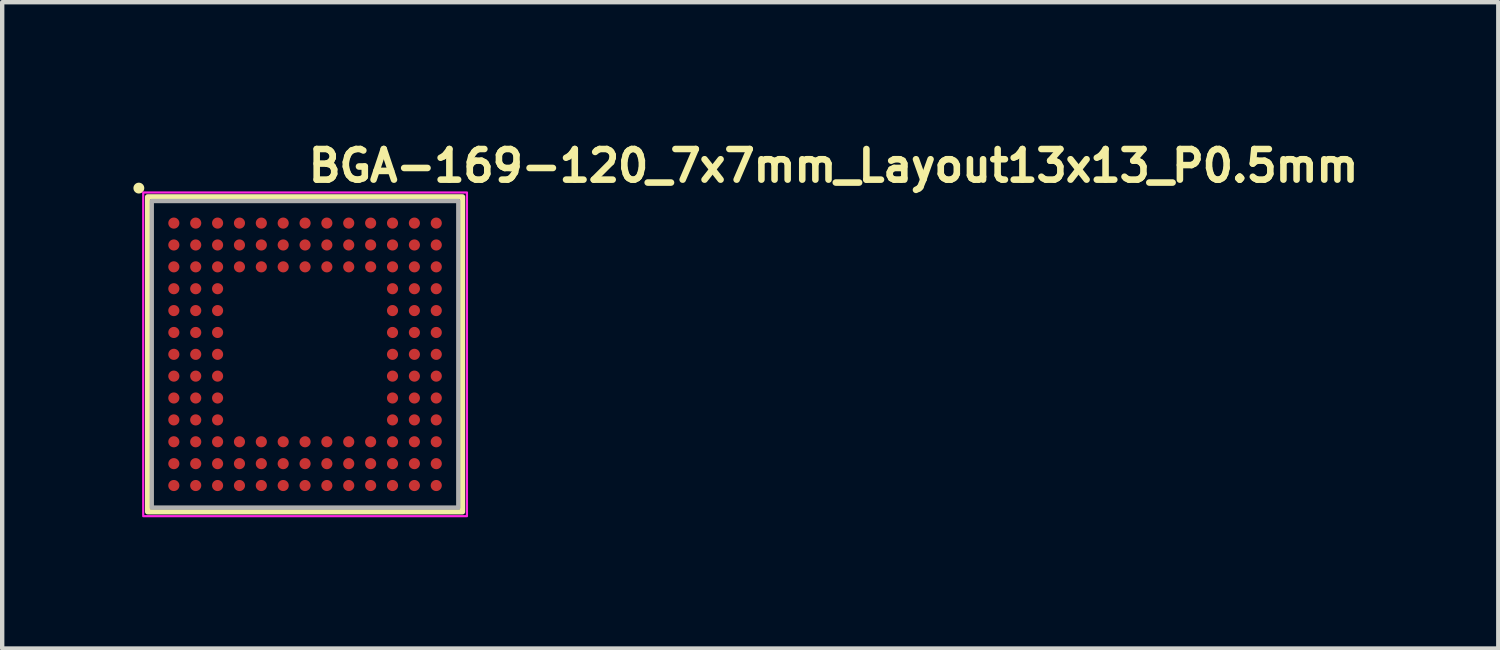
<source format=kicad_pcb>
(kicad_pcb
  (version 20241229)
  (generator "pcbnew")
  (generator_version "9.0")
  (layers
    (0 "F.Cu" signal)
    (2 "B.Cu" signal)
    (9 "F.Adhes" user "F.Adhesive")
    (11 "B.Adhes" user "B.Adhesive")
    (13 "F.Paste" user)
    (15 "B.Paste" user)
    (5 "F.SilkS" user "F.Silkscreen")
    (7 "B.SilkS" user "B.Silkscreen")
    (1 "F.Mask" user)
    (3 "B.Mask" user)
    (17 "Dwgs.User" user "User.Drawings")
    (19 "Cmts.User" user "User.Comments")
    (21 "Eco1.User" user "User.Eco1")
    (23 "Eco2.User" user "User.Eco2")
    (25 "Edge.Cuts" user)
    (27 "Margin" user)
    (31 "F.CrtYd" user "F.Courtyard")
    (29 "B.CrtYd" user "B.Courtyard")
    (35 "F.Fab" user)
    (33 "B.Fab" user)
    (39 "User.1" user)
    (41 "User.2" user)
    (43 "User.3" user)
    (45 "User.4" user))
  (footprint "BGA-169-120_7x7mm_Layout13x13_P0.5mm"
    (layer "F.Cu")
    (at 3.924 5.05)
    (property "Reference" "BGA-169-120_7x7mm_Layout13x13_P0.5mm" (at 0 -3.9 0) (unlocked yes) (layer "F.SilkS") (effects (font (size 0.7 0.7) (thickness 0.15)) (justify left bottom)))
    (attr smd)
    (fp_rect (start -3.6 -3.6) (end 3.6 3.6) (stroke (width 0.12) (type solid)) (fill no) (layer "F.SilkS"))
    (fp_circle (center -3.8 -3.8) (end -3.751 -3.8) (stroke (width 0.15) (type solid)) (fill yes) (layer "F.SilkS"))
    (fp_rect (start -3.7 -3.7) (end 3.7 3.7) (stroke (width 0.05) (type solid)) (fill no) (layer "F.CrtYd"))
    (fp_rect (start -3.505 -3.505) (end 3.503 3.503) (stroke (width 0.1) (type solid)) (fill no) (layer "F.Fab"))
    (fp_rect (start -3.505 -3.505) (end 3.503 3.503) (stroke (width 0.1) (type solid)) (fill no) (layer "User.5"))
    (fp_line (start -3.505 -3.505) (end -3.505 3.503) (stroke (width 0.02) (type solid)) (layer "User.9"))
    (fp_line (start -3.505 3.503) (end 3.503 3.503) (stroke (width 0.02) (type solid)) (layer "User.9"))
    (fp_line (start -2.98 -2.823) (end -2.98 -2.814) (stroke (width 0.02) (type solid)) (layer "User.9"))
    (fp_line (start -2.98 -2.814) (end -2.98 -2.805) (stroke (width 0.02) (type solid)) (layer "User.9"))
    (fp_line (start -2.98 -2.805) (end -2.98 -2.805) (stroke (width 0.02) (type solid)) (layer "User.9"))
    (fp_line (start -2.98 -2.805) (end -2.98 -2.795) (stroke (width 0.02) (type solid)) (layer "User.9"))
    (fp_line (start -2.98 -2.795) (end -2.98 -2.787) (stroke (width 0.02) (type solid)) (layer "User.9"))
    (fp_line (start -2.98 -2.787) (end -2.979 -2.778) (stroke (width 0.02) (type solid)) (layer "User.9"))
    (fp_line (start -2.979 -2.831) (end -2.98 -2.823) (stroke (width 0.02) (type solid)) (layer "User.9"))
    (fp_line (start -2.979 -2.778) (end -2.976 -2.77) (stroke (width 0.02) (type solid)) (layer "User.9"))
    (fp_line (start -2.976 -2.84) (end -2.979 -2.831) (stroke (width 0.02) (type solid)) (layer "User.9"))
    (fp_line (start -2.976 -2.77) (end -2.975 -2.762) (stroke (width 0.02) (type solid)) (layer "User.9"))
    (fp_line (start -2.975 -2.848) (end -2.976 -2.84) (stroke (width 0.02) (type solid)) (layer "User.9"))
    (fp_line (start -2.975 -2.762) (end -2.972 -2.753) (stroke (width 0.02) (type solid)) (layer "User.9"))
    (fp_line (start -2.972 -2.858) (end -2.975 -2.848) (stroke (width 0.02) (type solid)) (layer "User.9"))
    (fp_line (start -2.972 -2.753) (end -2.969 -2.745) (stroke (width 0.02) (type solid)) (layer "User.9"))
    (fp_line (start -2.969 -2.866) (end -2.972 -2.858) (stroke (width 0.02) (type solid)) (layer "User.9"))
    (fp_line (start -2.969 -2.745) (end -2.967 -2.737) (stroke (width 0.02) (type solid)) (layer "User.9"))
    (fp_line (start -2.967 -2.874) (end -2.969 -2.866) (stroke (width 0.02) (type solid)) (layer "User.9"))
    (fp_line (start -2.967 -2.737) (end -2.963 -2.73) (stroke (width 0.02) (type solid)) (layer "User.9"))
    (fp_line (start -2.963 -2.88) (end -2.967 -2.874) (stroke (width 0.02) (type solid)) (layer "User.9"))
    (fp_line (start -2.963 -2.73) (end -2.96 -2.722) (stroke (width 0.02) (type solid)) (layer "User.9"))
    (fp_line (start -2.96 -2.888) (end -2.963 -2.88) (stroke (width 0.02) (type solid)) (layer "User.9"))
    (fp_line (start -2.96 -2.722) (end -2.955 -2.714) (stroke (width 0.02) (type solid)) (layer "User.9"))
    (fp_line (start -2.955 -2.895) (end -2.96 -2.888) (stroke (width 0.02) (type solid)) (layer "User.9"))
    (fp_line (start -2.955 -2.714) (end -2.951 -2.707) (stroke (width 0.02) (type solid)) (layer "User.9"))
    (fp_line (start -2.951 -2.903) (end -2.955 -2.895) (stroke (width 0.02) (type solid)) (layer "User.9"))
    (fp_line (start -2.951 -2.707) (end -2.945 -2.701) (stroke (width 0.02) (type solid)) (layer "User.9"))
    (fp_line (start -2.945 -2.91) (end -2.951 -2.903) (stroke (width 0.02) (type solid)) (layer "User.9"))
    (fp_line (start -2.945 -2.701) (end -2.94 -2.694) (stroke (width 0.02) (type solid)) (layer "User.9"))
    (fp_line (start -2.94 -2.916) (end -2.945 -2.91) (stroke (width 0.02) (type solid)) (layer "User.9"))
    (fp_line (start -2.94 -2.694) (end -2.935 -2.688) (stroke (width 0.02) (type solid)) (layer "User.9"))
    (fp_line (start -2.935 -2.923) (end -2.94 -2.916) (stroke (width 0.02) (type solid)) (layer "User.9"))
    (fp_line (start -2.935 -2.688) (end -2.928 -2.681) (stroke (width 0.02) (type solid)) (layer "User.9"))
    (fp_line (start -2.928 -2.928) (end -2.935 -2.923) (stroke (width 0.02) (type solid)) (layer "User.9"))
    (fp_line (start -2.928 -2.681) (end -2.923 -2.676) (stroke (width 0.02) (type solid)) (layer "User.9"))
    (fp_line (start -2.923 -2.935) (end -2.928 -2.928) (stroke (width 0.02) (type solid)) (layer "User.9"))
    (fp_line (start -2.923 -2.676) (end -2.916 -2.669) (stroke (width 0.02) (type solid)) (layer "User.9"))
    (fp_line (start -2.916 -2.94) (end -2.923 -2.935) (stroke (width 0.02) (type solid)) (layer "User.9"))
    (fp_line (start -2.916 -2.669) (end -2.91 -2.665) (stroke (width 0.02) (type solid)) (layer "User.9"))
    (fp_line (start -2.91 -2.945) (end -2.916 -2.94) (stroke (width 0.02) (type solid)) (layer "User.9"))
    (fp_line (start -2.91 -2.665) (end -2.903 -2.66) (stroke (width 0.02) (type solid)) (layer "User.9"))
    (fp_line (start -2.903 -2.951) (end -2.91 -2.945) (stroke (width 0.02) (type solid)) (layer "User.9"))
    (fp_line (start -2.903 -2.66) (end -2.895 -2.656) (stroke (width 0.02) (type solid)) (layer "User.9"))
    (fp_line (start -2.895 -2.955) (end -2.903 -2.951) (stroke (width 0.02) (type solid)) (layer "User.9"))
    (fp_line (start -2.895 -2.656) (end -2.888 -2.65) (stroke (width 0.02) (type solid)) (layer "User.9"))
    (fp_line (start -2.888 -2.96) (end -2.895 -2.955) (stroke (width 0.02) (type solid)) (layer "User.9"))
    (fp_line (start -2.888 -2.65) (end -2.88 -2.648) (stroke (width 0.02) (type solid)) (layer "User.9"))
    (fp_line (start -2.88 -2.963) (end -2.888 -2.96) (stroke (width 0.02) (type solid)) (layer "User.9"))
    (fp_line (start -2.88 -2.648) (end -2.874 -2.644) (stroke (width 0.02) (type solid)) (layer "User.9"))
    (fp_line (start -2.874 -2.967) (end -2.88 -2.963) (stroke (width 0.02) (type solid)) (layer "User.9"))
    (fp_line (start -2.874 -2.644) (end -2.866 -2.641) (stroke (width 0.02) (type solid)) (layer "User.9"))
    (fp_line (start -2.866 -2.969) (end -2.874 -2.967) (stroke (width 0.02) (type solid)) (layer "User.9"))
    (fp_line (start -2.866 -2.641) (end -2.858 -2.637) (stroke (width 0.02) (type solid)) (layer "User.9"))
    (fp_line (start -2.858 -2.972) (end -2.866 -2.969) (stroke (width 0.02) (type solid)) (layer "User.9"))
    (fp_line (start -2.858 -2.637) (end -2.848 -2.636) (stroke (width 0.02) (type solid)) (layer "User.9"))
    (fp_line (start -2.848 -2.975) (end -2.858 -2.972) (stroke (width 0.02) (type solid)) (layer "User.9"))
    (fp_line (start -2.848 -2.636) (end -2.84 -2.633) (stroke (width 0.02) (type solid)) (layer "User.9"))
    (fp_line (start -2.84 -2.976) (end -2.848 -2.975) (stroke (width 0.02) (type solid)) (layer "User.9"))
    (fp_line (start -2.84 -2.633) (end -2.831 -2.632) (stroke (width 0.02) (type solid)) (layer "User.9"))
    (fp_line (start -2.831 -2.979) (end -2.84 -2.976) (stroke (width 0.02) (type solid)) (layer "User.9"))
    (fp_line (start -2.831 -2.632) (end -2.823 -2.63) (stroke (width 0.02) (type solid)) (layer "User.9"))
    (fp_line (start -2.823 -2.98) (end -2.831 -2.979) (stroke (width 0.02) (type solid)) (layer "User.9"))
    (fp_line (start -2.823 -2.63) (end -2.814 -2.629) (stroke (width 0.02) (type solid)) (layer "User.9"))
    (fp_line (start -2.814 -2.98) (end -2.823 -2.98) (stroke (width 0.02) (type solid)) (layer "User.9"))
    (fp_line (start -2.814 -2.629) (end -2.805 -2.629) (stroke (width 0.02) (type solid)) (layer "User.9"))
    (fp_line (start -2.805 -2.98) (end -2.814 -2.98) (stroke (width 0.02) (type solid)) (layer "User.9"))
    (fp_line (start -2.805 -2.98) (end -2.805 -2.98) (stroke (width 0.02) (type solid)) (layer "User.9"))
    (fp_line (start -2.805 -2.629) (end -2.805 -2.629) (stroke (width 0.02) (type solid)) (layer "User.9"))
    (fp_line (start -2.805 -2.629) (end -2.795 -2.629) (stroke (width 0.02) (type solid)) (layer "User.9"))
    (fp_line (start -2.795 -2.98) (end -2.805 -2.98) (stroke (width 0.02) (type solid)) (layer "User.9"))
    (fp_line (start -2.795 -2.629) (end -2.787 -2.63) (stroke (width 0.02) (type solid)) (layer "User.9"))
    (fp_line (start -2.787 -2.98) (end -2.795 -2.98) (stroke (width 0.02) (type solid)) (layer "User.9"))
    (fp_line (start -2.787 -2.63) (end -2.778 -2.632) (stroke (width 0.02) (type solid)) (layer "User.9"))
    (fp_line (start -2.778 -2.979) (end -2.787 -2.98) (stroke (width 0.02) (type solid)) (layer "User.9"))
    (fp_line (start -2.778 -2.632) (end -2.77 -2.633) (stroke (width 0.02) (type solid)) (layer "User.9"))
    (fp_line (start -2.77 -2.976) (end -2.778 -2.979) (stroke (width 0.02) (type solid)) (layer "User.9"))
    (fp_line (start -2.77 -2.633) (end -2.762 -2.636) (stroke (width 0.02) (type solid)) (layer "User.9"))
    (fp_line (start -2.762 -2.975) (end -2.77 -2.976) (stroke (width 0.02) (type solid)) (layer "User.9"))
    (fp_line (start -2.762 -2.636) (end -2.753 -2.637) (stroke (width 0.02) (type solid)) (layer "User.9"))
    (fp_line (start -2.753 -2.972) (end -2.762 -2.975) (stroke (width 0.02) (type solid)) (layer "User.9"))
    (fp_line (start -2.753 -2.637) (end -2.745 -2.641) (stroke (width 0.02) (type solid)) (layer "User.9"))
    (fp_line (start -2.745 -2.969) (end -2.753 -2.972) (stroke (width 0.02) (type solid)) (layer "User.9"))
    (fp_line (start -2.745 -2.641) (end -2.737 -2.644) (stroke (width 0.02) (type solid)) (layer "User.9"))
    (fp_line (start -2.737 -2.967) (end -2.745 -2.969) (stroke (width 0.02) (type solid)) (layer "User.9"))
    (fp_line (start -2.737 -2.644) (end -2.73 -2.648) (stroke (width 0.02) (type solid)) (layer "User.9"))
    (fp_line (start -2.73 -2.963) (end -2.737 -2.967) (stroke (width 0.02) (type solid)) (layer "User.9"))
    (fp_line (start -2.73 -2.648) (end -2.722 -2.65) (stroke (width 0.02) (type solid)) (layer "User.9"))
    (fp_line (start -2.722 -2.96) (end -2.73 -2.963) (stroke (width 0.02) (type solid)) (layer "User.9"))
    (fp_line (start -2.722 -2.65) (end -2.714 -2.656) (stroke (width 0.02) (type solid)) (layer "User.9"))
    (fp_line (start -2.714 -2.955) (end -2.722 -2.96) (stroke (width 0.02) (type solid)) (layer "User.9"))
    (fp_line (start -2.714 -2.656) (end -2.707 -2.66) (stroke (width 0.02) (type solid)) (layer "User.9"))
    (fp_line (start -2.707 -2.951) (end -2.714 -2.955) (stroke (width 0.02) (type solid)) (layer "User.9"))
    (fp_line (start -2.707 -2.66) (end -2.701 -2.665) (stroke (width 0.02) (type solid)) (layer "User.9"))
    (fp_line (start -2.701 -2.945) (end -2.707 -2.951) (stroke (width 0.02) (type solid)) (layer "User.9"))
    (fp_line (start -2.701 -2.665) (end -2.694 -2.669) (stroke (width 0.02) (type solid)) (layer "User.9"))
    (fp_line (start -2.694 -2.94) (end -2.701 -2.945) (stroke (width 0.02) (type solid)) (layer "User.9"))
    (fp_line (start -2.694 -2.669) (end -2.688 -2.676) (stroke (width 0.02) (type solid)) (layer "User.9"))
    (fp_line (start -2.688 -2.935) (end -2.694 -2.94) (stroke (width 0.02) (type solid)) (layer "User.9"))
    (fp_line (start -2.688 -2.676) (end -2.681 -2.681) (stroke (width 0.02) (type solid)) (layer "User.9"))
    (fp_line (start -2.681 -2.928) (end -2.688 -2.935) (stroke (width 0.02) (type solid)) (layer "User.9"))
    (fp_line (start -2.681 -2.681) (end -2.676 -2.688) (stroke (width 0.02) (type solid)) (layer "User.9"))
    (fp_line (start -2.676 -2.923) (end -2.681 -2.928) (stroke (width 0.02) (type solid)) (layer "User.9"))
    (fp_line (start -2.676 -2.688) (end -2.669 -2.694) (stroke (width 0.02) (type solid)) (layer "User.9"))
    (fp_line (start -2.669 -2.916) (end -2.676 -2.923) (stroke (width 0.02) (type solid)) (layer "User.9"))
    (fp_line (start -2.669 -2.694) (end -2.665 -2.701) (stroke (width 0.02) (type solid)) (layer "User.9"))
    (fp_line (start -2.665 -2.91) (end -2.669 -2.916) (stroke (width 0.02) (type solid)) (layer "User.9"))
    (fp_line (start -2.665 -2.701) (end -2.66 -2.707) (stroke (width 0.02) (type solid)) (layer "User.9"))
    (fp_line (start -2.66 -2.903) (end -2.665 -2.91) (stroke (width 0.02) (type solid)) (layer "User.9"))
    (fp_line (start -2.66 -2.707) (end -2.656 -2.714) (stroke (width 0.02) (type solid)) (layer "User.9"))
    (fp_line (start -2.656 -2.895) (end -2.66 -2.903) (stroke (width 0.02) (type solid)) (layer "User.9"))
    (fp_line (start -2.656 -2.714) (end -2.65 -2.722) (stroke (width 0.02) (type solid)) (layer "User.9"))
    (fp_line (start -2.65 -2.888) (end -2.656 -2.895) (stroke (width 0.02) (type solid)) (layer "User.9"))
    (fp_line (start -2.65 -2.722) (end -2.648 -2.73) (stroke (width 0.02) (type solid)) (layer "User.9"))
    (fp_line (start -2.648 -2.88) (end -2.65 -2.888) (stroke (width 0.02) (type solid)) (layer "User.9"))
    (fp_line (start -2.648 -2.73) (end -2.644 -2.737) (stroke (width 0.02) (type solid)) (layer "User.9"))
    (fp_line (start -2.644 -2.874) (end -2.648 -2.88) (stroke (width 0.02) (type solid)) (layer "User.9"))
    (fp_line (start -2.644 -2.737) (end -2.641 -2.745) (stroke (width 0.02) (type solid)) (layer "User.9"))
    (fp_line (start -2.641 -2.866) (end -2.644 -2.874) (stroke (width 0.02) (type solid)) (layer "User.9"))
    (fp_line (start -2.641 -2.745) (end -2.637 -2.753) (stroke (width 0.02) (type solid)) (layer "User.9"))
    (fp_line (start -2.637 -2.858) (end -2.641 -2.866) (stroke (width 0.02) (type solid)) (layer "User.9"))
    (fp_line (start -2.637 -2.753) (end -2.636 -2.762) (stroke (width 0.02) (type solid)) (layer "User.9"))
    (fp_line (start -2.636 -2.848) (end -2.637 -2.858) (stroke (width 0.02) (type solid)) (layer "User.9"))
    (fp_line (start -2.636 -2.762) (end -2.633 -2.77) (stroke (width 0.02) (type solid)) (layer "User.9"))
    (fp_line (start -2.633 -2.84) (end -2.636 -2.848) (stroke (width 0.02) (type solid)) (layer "User.9"))
    (fp_line (start -2.633 -2.77) (end -2.632 -2.778) (stroke (width 0.02) (type solid)) (layer "User.9"))
    (fp_line (start -2.632 -2.831) (end -2.633 -2.84) (stroke (width 0.02) (type solid)) (layer "User.9"))
    (fp_line (start -2.632 -2.778) (end -2.63 -2.787) (stroke (width 0.02) (type solid)) (layer "User.9"))
    (fp_line (start -2.63 -2.823) (end -2.632 -2.831) (stroke (width 0.02) (type solid)) (layer "User.9"))
    (fp_line (start -2.63 -2.787) (end -2.629 -2.795) (stroke (width 0.02) (type solid)) (layer "User.9"))
    (fp_line (start -2.629 -2.814) (end -2.63 -2.823) (stroke (width 0.02) (type solid)) (layer "User.9"))
    (fp_line (start -2.629 -2.805) (end -2.629 -2.814) (stroke (width 0.02) (type solid)) (layer "User.9"))
    (fp_line (start -2.629 -2.805) (end -2.629 -2.805) (stroke (width 0.02) (type solid)) (layer "User.9"))
    (fp_line (start -2.629 -2.805) (end -2.629 -2.805) (stroke (width 0.02) (type solid)) (layer "User.9"))
    (fp_line (start -2.629 -2.795) (end -2.629 -2.805) (stroke (width 0.02) (type solid)) (layer "User.9"))
    (fp_line (start 3.503 -3.505) (end -3.505 -3.505) (stroke (width 0.02) (type solid)) (layer "User.9"))
    (fp_line (start 3.503 3.503) (end 3.503 -3.505) (stroke (width 0.02) (type solid)) (layer "User.9"))
    (pad "A1" smd circle (at -3 -3) (size 0.254 0.254) (layers "F.Cu" "F.Mask" "F.Paste"))
    (pad "A2" smd circle (at -2.5 -3) (size 0.254 0.254) (layers "F.Cu" "F.Mask" "F.Paste"))
    (pad "A3" smd circle (at -2 -3) (size 0.254 0.254) (layers "F.Cu" "F.Mask" "F.Paste"))
    (pad "A4" smd circle (at -1.5 -3) (size 0.254 0.254) (layers "F.Cu" "F.Mask" "F.Paste"))
    (pad "A5" smd circle (at -1 -3) (size 0.254 0.254) (layers "F.Cu" "F.Mask" "F.Paste"))
    (pad "A6" smd circle (at -0.5 -3) (size 0.254 0.254) (layers "F.Cu" "F.Mask" "F.Paste"))
    (pad "A7" smd circle (at 0 -3) (size 0.254 0.254) (layers "F.Cu" "F.Mask" "F.Paste"))
    (pad "A8" smd circle (at 0.498 -3) (size 0.254 0.254) (layers "F.Cu" "F.Mask" "F.Paste"))
    (pad "A9" smd circle (at 0.998 -3) (size 0.254 0.254) (layers "F.Cu" "F.Mask" "F.Paste"))
    (pad "A10" smd circle (at 1.499 -3) (size 0.254 0.254) (layers "F.Cu" "F.Mask" "F.Paste"))
    (pad "A11" smd circle (at 1.999 -3) (size 0.254 0.254) (layers "F.Cu" "F.Mask" "F.Paste"))
    (pad "A12" smd circle (at 2.499 -3) (size 0.254 0.254) (layers "F.Cu" "F.Mask" "F.Paste"))
    (pad "A13" smd circle (at 2.999 -3) (size 0.254 0.254) (layers "F.Cu" "F.Mask" "F.Paste"))
    (pad "B1" smd circle (at -3 -2.5) (size 0.254 0.254) (layers "F.Cu" "F.Mask" "F.Paste"))
    (pad "B2" smd circle (at -2.5 -2.5) (size 0.254 0.254) (layers "F.Cu" "F.Mask" "F.Paste"))
    (pad "B3" smd circle (at -2 -2.5) (size 0.254 0.254) (layers "F.Cu" "F.Mask" "F.Paste"))
    (pad "B4" smd circle (at -1.5 -2.5) (size 0.254 0.254) (layers "F.Cu" "F.Mask" "F.Paste"))
    (pad "B5" smd circle (at -1 -2.5) (size 0.254 0.254) (layers "F.Cu" "F.Mask" "F.Paste"))
    (pad "B6" smd circle (at -0.5 -2.5) (size 0.254 0.254) (layers "F.Cu" "F.Mask" "F.Paste"))
    (pad "B7" smd circle (at 0 -2.5) (size 0.254 0.254) (layers "F.Cu" "F.Mask" "F.Paste"))
    (pad "B8" smd circle (at 0.498 -2.5) (size 0.254 0.254) (layers "F.Cu" "F.Mask" "F.Paste"))
    (pad "B9" smd circle (at 0.998 -2.5) (size 0.254 0.254) (layers "F.Cu" "F.Mask" "F.Paste"))
    (pad "B10" smd circle (at 1.499 -2.5) (size 0.254 0.254) (layers "F.Cu" "F.Mask" "F.Paste"))
    (pad "B11" smd circle (at 1.999 -2.5) (size 0.254 0.254) (layers "F.Cu" "F.Mask" "F.Paste"))
    (pad "B12" smd circle (at 2.499 -2.5) (size 0.254 0.254) (layers "F.Cu" "F.Mask" "F.Paste"))
    (pad "B13" smd circle (at 2.999 -2.5) (size 0.254 0.254) (layers "F.Cu" "F.Mask" "F.Paste"))
    (pad "C1" smd circle (at -3 -2) (size 0.254 0.254) (layers "F.Cu" "F.Mask" "F.Paste"))
    (pad "C2" smd circle (at -2.5 -2) (size 0.254 0.254) (layers "F.Cu" "F.Mask" "F.Paste"))
    (pad "C3" smd circle (at -2 -2) (size 0.254 0.254) (layers "F.Cu" "F.Mask" "F.Paste"))
    (pad "C4" smd circle (at -1.5 -2) (size 0.254 0.254) (layers "F.Cu" "F.Mask" "F.Paste"))
    (pad "C5" smd circle (at -1 -2) (size 0.254 0.254) (layers "F.Cu" "F.Mask" "F.Paste"))
    (pad "C6" smd circle (at -0.5 -2) (size 0.254 0.254) (layers "F.Cu" "F.Mask" "F.Paste"))
    (pad "C7" smd circle (at 0 -2) (size 0.254 0.254) (layers "F.Cu" "F.Mask" "F.Paste"))
    (pad "C8" smd circle (at 0.498 -2) (size 0.254 0.254) (layers "F.Cu" "F.Mask" "F.Paste"))
    (pad "C9" smd circle (at 0.998 -2) (size 0.254 0.254) (layers "F.Cu" "F.Mask" "F.Paste"))
    (pad "C10" smd circle (at 1.499 -2) (size 0.254 0.254) (layers "F.Cu" "F.Mask" "F.Paste"))
    (pad "C11" smd circle (at 1.999 -2) (size 0.254 0.254) (layers "F.Cu" "F.Mask" "F.Paste"))
    (pad "C12" smd circle (at 2.499 -2) (size 0.254 0.254) (layers "F.Cu" "F.Mask" "F.Paste"))
    (pad "C13" smd circle (at 2.999 -2) (size 0.254 0.254) (layers "F.Cu" "F.Mask" "F.Paste"))
    (pad "D1" smd circle (at -3 -1.5) (size 0.254 0.254) (layers "F.Cu" "F.Mask" "F.Paste"))
    (pad "D2" smd circle (at -2.5 -1.5) (size 0.254 0.254) (layers "F.Cu" "F.Mask" "F.Paste"))
    (pad "D3" smd circle (at -2 -1.5) (size 0.254 0.254) (layers "F.Cu" "F.Mask" "F.Paste"))
    (pad "D11" smd circle (at 1.999 -1.5) (size 0.254 0.254) (layers "F.Cu" "F.Mask" "F.Paste"))
    (pad "D12" smd circle (at 2.499 -1.5) (size 0.254 0.254) (layers "F.Cu" "F.Mask" "F.Paste"))
    (pad "D13" smd circle (at 2.999 -1.5) (size 0.254 0.254) (layers "F.Cu" "F.Mask" "F.Paste"))
    (pad "E1" smd circle (at -3 -1) (size 0.254 0.254) (layers "F.Cu" "F.Mask" "F.Paste"))
    (pad "E2" smd circle (at -2.5 -1) (size 0.254 0.254) (layers "F.Cu" "F.Mask" "F.Paste"))
    (pad "E3" smd circle (at -2 -1) (size 0.254 0.254) (layers "F.Cu" "F.Mask" "F.Paste"))
    (pad "E11" smd circle (at 1.999 -1) (size 0.254 0.254) (layers "F.Cu" "F.Mask" "F.Paste"))
    (pad "E12" smd circle (at 2.499 -1) (size 0.254 0.254) (layers "F.Cu" "F.Mask" "F.Paste"))
    (pad "E13" smd circle (at 2.999 -1) (size 0.254 0.254) (layers "F.Cu" "F.Mask" "F.Paste"))
    (pad "F1" smd circle (at -3 -0.5) (size 0.254 0.254) (layers "F.Cu" "F.Mask" "F.Paste"))
    (pad "F2" smd circle (at -2.5 -0.5) (size 0.254 0.254) (layers "F.Cu" "F.Mask" "F.Paste"))
    (pad "F3" smd circle (at -2 -0.5) (size 0.254 0.254) (layers "F.Cu" "F.Mask" "F.Paste"))
    (pad "F11" smd circle (at 1.999 -0.5) (size 0.254 0.254) (layers "F.Cu" "F.Mask" "F.Paste"))
    (pad "F12" smd circle (at 2.499 -0.5) (size 0.254 0.254) (layers "F.Cu" "F.Mask" "F.Paste"))
    (pad "F13" smd circle (at 2.999 -0.5) (size 0.254 0.254) (layers "F.Cu" "F.Mask" "F.Paste"))
    (pad "G1" smd circle (at -3 0) (size 0.254 0.254) (layers "F.Cu" "F.Mask" "F.Paste"))
    (pad "G2" smd circle (at -2.5 0) (size 0.254 0.254) (layers "F.Cu" "F.Mask" "F.Paste"))
    (pad "G3" smd circle (at -2 0) (size 0.254 0.254) (layers "F.Cu" "F.Mask" "F.Paste"))
    (pad "G11" smd circle (at 1.999 0) (size 0.254 0.254) (layers "F.Cu" "F.Mask" "F.Paste"))
    (pad "G12" smd circle (at 2.499 0) (size 0.254 0.254) (layers "F.Cu" "F.Mask" "F.Paste"))
    (pad "G13" smd circle (at 2.999 0) (size 0.254 0.254) (layers "F.Cu" "F.Mask" "F.Paste"))
    (pad "H1" smd circle (at -3 0.498) (size 0.254 0.254) (layers "F.Cu" "F.Mask" "F.Paste"))
    (pad "H2" smd circle (at -2.5 0.498) (size 0.254 0.254) (layers "F.Cu" "F.Mask" "F.Paste"))
    (pad "H3" smd circle (at -2 0.498) (size 0.254 0.254) (layers "F.Cu" "F.Mask" "F.Paste"))
    (pad "H11" smd circle (at 1.999 0.498) (size 0.254 0.254) (layers "F.Cu" "F.Mask" "F.Paste"))
    (pad "H12" smd circle (at 2.499 0.498) (size 0.254 0.254) (layers "F.Cu" "F.Mask" "F.Paste"))
    (pad "H13" smd circle (at 2.999 0.498) (size 0.254 0.254) (layers "F.Cu" "F.Mask" "F.Paste"))
    (pad "J1" smd circle (at -3 0.998) (size 0.254 0.254) (layers "F.Cu" "F.Mask" "F.Paste"))
    (pad "J2" smd circle (at -2.5 0.998) (size 0.254 0.254) (layers "F.Cu" "F.Mask" "F.Paste"))
    (pad "J3" smd circle (at -2 0.998) (size 0.254 0.254) (layers "F.Cu" "F.Mask" "F.Paste"))
    (pad "J11" smd circle (at 1.999 0.998) (size 0.254 0.254) (layers "F.Cu" "F.Mask" "F.Paste"))
    (pad "J12" smd circle (at 2.499 0.998) (size 0.254 0.254) (layers "F.Cu" "F.Mask" "F.Paste"))
    (pad "J13" smd circle (at 2.999 0.998) (size 0.254 0.254) (layers "F.Cu" "F.Mask" "F.Paste"))
    (pad "K1" smd circle (at -3 1.499) (size 0.254 0.254) (layers "F.Cu" "F.Mask" "F.Paste"))
    (pad "K2" smd circle (at -2.5 1.499) (size 0.254 0.254) (layers "F.Cu" "F.Mask" "F.Paste"))
    (pad "K3" smd circle (at -2 1.499) (size 0.254 0.254) (layers "F.Cu" "F.Mask" "F.Paste"))
    (pad "K11" smd circle (at 1.999 1.499) (size 0.254 0.254) (layers "F.Cu" "F.Mask" "F.Paste"))
    (pad "K12" smd circle (at 2.499 1.499) (size 0.254 0.254) (layers "F.Cu" "F.Mask" "F.Paste"))
    (pad "K13" smd circle (at 2.999 1.499) (size 0.254 0.254) (layers "F.Cu" "F.Mask" "F.Paste"))
    (pad "L1" smd circle (at -3 1.999) (size 0.254 0.254) (layers "F.Cu" "F.Mask" "F.Paste"))
    (pad "L2" smd circle (at -2.5 1.999) (size 0.254 0.254) (layers "F.Cu" "F.Mask" "F.Paste"))
    (pad "L3" smd circle (at -2 1.999) (size 0.254 0.254) (layers "F.Cu" "F.Mask" "F.Paste"))
    (pad "L4" smd circle (at -1.5 1.999) (size 0.254 0.254) (layers "F.Cu" "F.Mask" "F.Paste"))
    (pad "L5" smd circle (at -1 1.999) (size 0.254 0.254) (layers "F.Cu" "F.Mask" "F.Paste"))
    (pad "L6" smd circle (at -0.5 1.999) (size 0.254 0.254) (layers "F.Cu" "F.Mask" "F.Paste"))
    (pad "L7" smd circle (at 0 1.999) (size 0.254 0.254) (layers "F.Cu" "F.Mask" "F.Paste"))
    (pad "L8" smd circle (at 0.498 1.999) (size 0.254 0.254) (layers "F.Cu" "F.Mask" "F.Paste"))
    (pad "L9" smd circle (at 0.998 1.999) (size 0.254 0.254) (layers "F.Cu" "F.Mask" "F.Paste"))
    (pad "L10" smd circle (at 1.499 1.999) (size 0.254 0.254) (layers "F.Cu" "F.Mask" "F.Paste"))
    (pad "L11" smd circle (at 1.999 1.999) (size 0.254 0.254) (layers "F.Cu" "F.Mask" "F.Paste"))
    (pad "L12" smd circle (at 2.499 1.999) (size 0.254 0.254) (layers "F.Cu" "F.Mask" "F.Paste"))
    (pad "L13" smd circle (at 2.999 1.999) (size 0.254 0.254) (layers "F.Cu" "F.Mask" "F.Paste"))
    (pad "M1" smd circle (at -3 2.499) (size 0.254 0.254) (layers "F.Cu" "F.Mask" "F.Paste"))
    (pad "M2" smd circle (at -2.5 2.499) (size 0.254 0.254) (layers "F.Cu" "F.Mask" "F.Paste"))
    (pad "M3" smd circle (at -2 2.499) (size 0.254 0.254) (layers "F.Cu" "F.Mask" "F.Paste"))
    (pad "M4" smd circle (at -1.5 2.499) (size 0.254 0.254) (layers "F.Cu" "F.Mask" "F.Paste"))
    (pad "M5" smd circle (at -1 2.499) (size 0.254 0.254) (layers "F.Cu" "F.Mask" "F.Paste"))
    (pad "M6" smd circle (at -0.5 2.499) (size 0.254 0.254) (layers "F.Cu" "F.Mask" "F.Paste"))
    (pad "M7" smd circle (at 0 2.499) (size 0.254 0.254) (layers "F.Cu" "F.Mask" "F.Paste"))
    (pad "M8" smd circle (at 0.498 2.499) (size 0.254 0.254) (layers "F.Cu" "F.Mask" "F.Paste"))
    (pad "M9" smd circle (at 0.998 2.499) (size 0.254 0.254) (layers "F.Cu" "F.Mask" "F.Paste"))
    (pad "M10" smd circle (at 1.499 2.499) (size 0.254 0.254) (layers "F.Cu" "F.Mask" "F.Paste"))
    (pad "M11" smd circle (at 1.999 2.499) (size 0.254 0.254) (layers "F.Cu" "F.Mask" "F.Paste"))
    (pad "M12" smd circle (at 2.499 2.499) (size 0.254 0.254) (layers "F.Cu" "F.Mask" "F.Paste"))
    (pad "M13" smd circle (at 2.999 2.499) (size 0.254 0.254) (layers "F.Cu" "F.Mask" "F.Paste"))
    (pad "N1" smd circle (at -3 2.999) (size 0.254 0.254) (layers "F.Cu" "F.Mask" "F.Paste"))
    (pad "N2" smd circle (at -2.5 2.999) (size 0.254 0.254) (layers "F.Cu" "F.Mask" "F.Paste"))
    (pad "N3" smd circle (at -2 2.999) (size 0.254 0.254) (layers "F.Cu" "F.Mask" "F.Paste"))
    (pad "N4" smd circle (at -1.5 2.999) (size 0.254 0.254) (layers "F.Cu" "F.Mask" "F.Paste"))
    (pad "N5" smd circle (at -1 2.999) (size 0.254 0.254) (layers "F.Cu" "F.Mask" "F.Paste"))
    (pad "N6" smd circle (at -0.5 2.999) (size 0.254 0.254) (layers "F.Cu" "F.Mask" "F.Paste"))
    (pad "N7" smd circle (at 0 2.999) (size 0.254 0.254) (layers "F.Cu" "F.Mask" "F.Paste"))
    (pad "N8" smd circle (at 0.498 2.999) (size 0.254 0.254) (layers "F.Cu" "F.Mask" "F.Paste"))
    (pad "N9" smd circle (at 0.998 2.999) (size 0.254 0.254) (layers "F.Cu" "F.Mask" "F.Paste"))
    (pad "N10" smd circle (at 1.499 2.999) (size 0.254 0.254) (layers "F.Cu" "F.Mask" "F.Paste"))
    (pad "N11" smd circle (at 1.999 2.999) (size 0.254 0.254) (layers "F.Cu" "F.Mask" "F.Paste"))
    (pad "N12" smd circle (at 2.499 2.999) (size 0.254 0.254) (layers "F.Cu" "F.Mask" "F.Paste"))
    (pad "N13" smd circle (at 2.999 2.999) (size 0.254 0.254) (layers "F.Cu" "F.Mask" "F.Paste")))
  (gr_rect
    (start -3 -3)
    (end 31.201 11.775)
    (stroke (width 0.1) (type default))
    (fill no)
    (layer "Edge.Cuts")))
</source>
